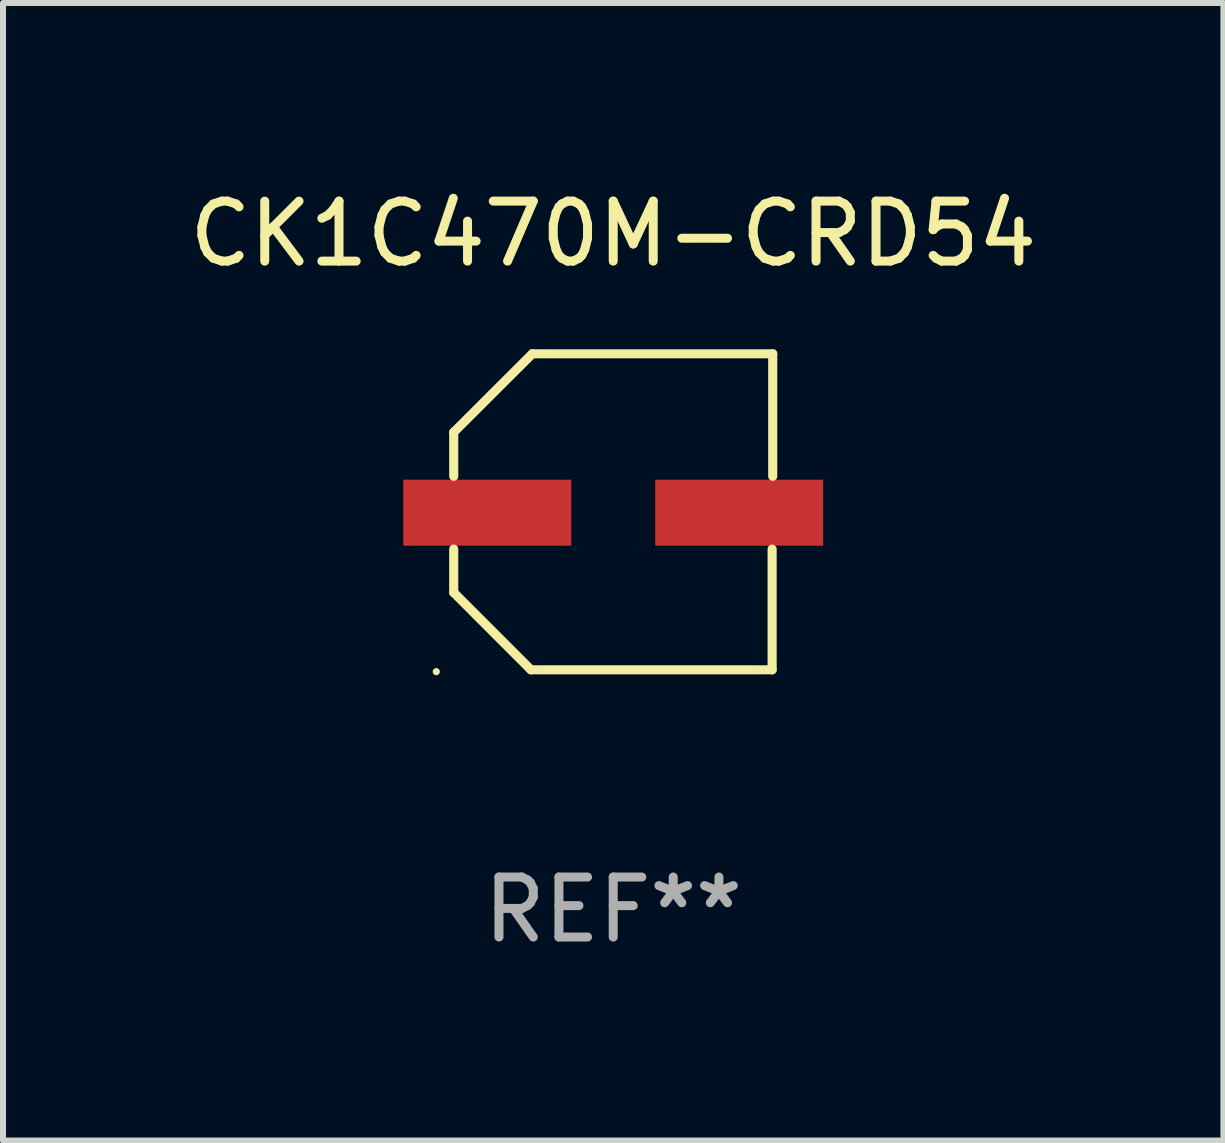
<source format=kicad_pcb>
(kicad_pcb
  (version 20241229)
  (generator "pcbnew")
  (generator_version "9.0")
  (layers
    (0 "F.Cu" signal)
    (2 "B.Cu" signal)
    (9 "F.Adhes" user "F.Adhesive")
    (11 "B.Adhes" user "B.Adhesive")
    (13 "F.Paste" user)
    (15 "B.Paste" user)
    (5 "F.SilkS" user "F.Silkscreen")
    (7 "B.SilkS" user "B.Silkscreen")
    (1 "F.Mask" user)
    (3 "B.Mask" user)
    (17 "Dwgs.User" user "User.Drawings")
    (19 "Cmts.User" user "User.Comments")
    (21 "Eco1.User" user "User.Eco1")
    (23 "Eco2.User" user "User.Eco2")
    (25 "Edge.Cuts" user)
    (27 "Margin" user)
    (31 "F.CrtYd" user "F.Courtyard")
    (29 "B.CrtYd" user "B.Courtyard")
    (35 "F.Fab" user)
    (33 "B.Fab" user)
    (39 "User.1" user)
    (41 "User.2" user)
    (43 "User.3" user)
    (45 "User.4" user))
  (footprint "CK1C470M-CRD54"
    (layer "F.Cu")
    (at 7.173 5.482)
    (property "Reference" "CK1C470M-CRD54" (at 0 -4.634 0) (layer "F.SilkS") (effects (font (size 1 1) (thickness 0.15))))
    (attr through_hole)
    (fp_line (start -2.659 -1.326) (end -2.659 -0.592) (stroke (width 0.152) (type solid)) (layer "F.SilkS"))
    (fp_line (start -2.659 1.346) (end -2.659 0.622) (stroke (width 0.152) (type solid)) (layer "F.SilkS"))
    (fp_line (start -1.372 2.634) (end -2.659 1.346) (stroke (width 0.152) (type solid)) (layer "F.SilkS"))
    (fp_line (start -1.349 -2.634) (end -2.659 -1.326) (stroke (width 0.152) (type solid)) (layer "F.SilkS"))
    (fp_line (start 2.649 0.622) (end 2.649 2.634) (stroke (width 0.152) (type solid)) (layer "F.SilkS"))
    (fp_line (start 2.649 2.634) (end -1.372 2.634) (stroke (width 0.152) (type solid)) (layer "F.SilkS"))
    (fp_line (start 2.659 -2.634) (end -1.349 -2.634) (stroke (width 0.152) (type solid)) (layer "F.SilkS"))
    (fp_line (start 2.659 -0.592) (end 2.659 -2.634) (stroke (width 0.152) (type solid)) (layer "F.SilkS"))
    (fp_circle (center -2.95 2.665) (end -2.92 2.665) (stroke (width 0.06) (type solid)) (fill no) (layer "F.SilkS"))
    (fp_text user "REF**" (at 0 6.634 0) (layer "F.Fab") (effects (font (size 1 1) (thickness 0.15))))
    (pad "1" smd rect (at -2.1 0.015) (size 2.8 1.1) (layers "F.Cu" "F.Mask" "F.Paste"))
    (pad "2" smd rect (at 2.1 0.015) (size 2.8 1.1) (layers "F.Cu" "F.Mask" "F.Paste")))
  (gr_rect
    (start -3 -3)
    (end 17.345 15.964)
    (stroke (width 0.1) (type default))
    (fill no)
    (layer "Edge.Cuts")))
</source>
